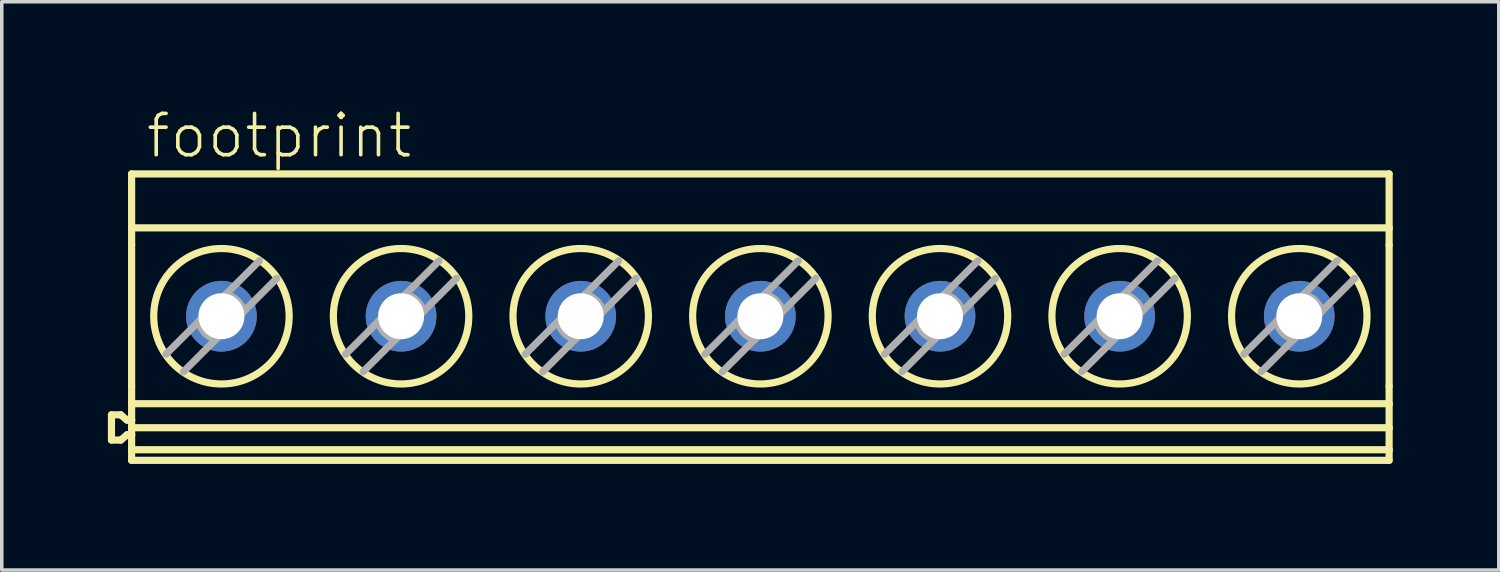
<source format=kicad_pcb>
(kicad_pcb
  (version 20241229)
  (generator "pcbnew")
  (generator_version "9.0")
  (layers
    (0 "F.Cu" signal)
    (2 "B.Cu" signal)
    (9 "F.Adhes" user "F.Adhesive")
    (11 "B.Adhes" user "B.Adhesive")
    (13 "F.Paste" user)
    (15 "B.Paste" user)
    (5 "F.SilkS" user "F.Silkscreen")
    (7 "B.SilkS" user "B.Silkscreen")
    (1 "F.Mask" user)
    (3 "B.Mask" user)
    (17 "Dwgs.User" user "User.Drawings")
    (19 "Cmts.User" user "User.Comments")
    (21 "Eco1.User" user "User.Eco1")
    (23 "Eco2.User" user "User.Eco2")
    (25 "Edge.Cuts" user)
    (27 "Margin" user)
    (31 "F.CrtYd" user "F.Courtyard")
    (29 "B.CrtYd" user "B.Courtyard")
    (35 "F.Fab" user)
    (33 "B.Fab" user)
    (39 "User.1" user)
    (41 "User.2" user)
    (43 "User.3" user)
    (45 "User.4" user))
  (footprint "footprint"
    (layer "F.Cu")
    (at 18.473 5.918)
    (property "Reference" "footprint" (at -17.451 -4.445 0) (layer "F.SilkS") (effects (font (size 1.168 1.168) (thickness 0.102)) (justify left bottom)))
    (fp_line (start -18.371 2.763) (end -18.371 3.477) (stroke (width 0.203) (type solid)) (layer "F.SilkS"))
    (fp_line (start -18.371 2.763) (end -18.108 2.763) (stroke (width 0.203) (type solid)) (layer "F.SilkS"))
    (fp_line (start -18.371 3.477) (end -18.108 3.477) (stroke (width 0.203) (type solid)) (layer "F.SilkS"))
    (fp_line (start -18.108 2.763) (end -17.93 2.913) (stroke (width 0.203) (type solid)) (layer "F.SilkS"))
    (fp_line (start -17.93 2.913) (end -17.801 2.913) (stroke (width 0.203) (type solid)) (layer "F.SilkS"))
    (fp_line (start -17.93 3.327) (end -18.108 3.477) (stroke (width 0.203) (type solid)) (layer "F.SilkS"))
    (fp_line (start -17.801 -4.05) (end 17.759 -4.05) (stroke (width 0.203) (type solid)) (layer "F.SilkS"))
    (fp_line (start -17.801 -2.524) (end -17.801 -4.05) (stroke (width 0.203) (type solid)) (layer "F.SilkS"))
    (fp_line (start -17.801 -2.524) (end -17.801 -2.041) (stroke (width 0.203) (type solid)) (layer "F.SilkS"))
    (fp_line (start -17.801 -2.524) (end 17.759 -2.524) (stroke (width 0.203) (type solid)) (layer "F.SilkS"))
    (fp_line (start -17.801 1.956) (end -17.801 -2.041) (stroke (width 0.203) (type solid)) (layer "F.SilkS"))
    (fp_line (start -17.801 1.956) (end -17.801 2.448) (stroke (width 0.203) (type solid)) (layer "F.SilkS"))
    (fp_line (start -17.801 2.913) (end -17.801 2.448) (stroke (width 0.203) (type solid)) (layer "F.SilkS"))
    (fp_line (start -17.801 3.128) (end -17.801 2.913) (stroke (width 0.203) (type solid)) (layer "F.SilkS"))
    (fp_line (start -17.801 3.128) (end 17.759 3.128) (stroke (width 0.203) (type solid)) (layer "F.SilkS"))
    (fp_line (start -17.801 3.327) (end -17.93 3.327) (stroke (width 0.203) (type solid)) (layer "F.SilkS"))
    (fp_line (start -17.801 3.327) (end -17.801 3.128) (stroke (width 0.203) (type solid)) (layer "F.SilkS"))
    (fp_line (start -17.801 3.75) (end -17.801 3.327) (stroke (width 0.203) (type solid)) (layer "F.SilkS"))
    (fp_line (start -17.801 3.75) (end -17.801 4.05) (stroke (width 0.203) (type solid)) (layer "F.SilkS"))
    (fp_line (start -17.801 4.05) (end 17.759 4.05) (stroke (width 0.203) (type solid)) (layer "F.SilkS"))
    (fp_line (start 17.759 -2.524) (end 17.759 -4.05) (stroke (width 0.203) (type solid)) (layer "F.SilkS"))
    (fp_line (start 17.759 -2.524) (end 17.759 -2.041) (stroke (width 0.203) (type solid)) (layer "F.SilkS"))
    (fp_line (start 17.759 1.956) (end 17.759 -2.041) (stroke (width 0.203) (type solid)) (layer "F.SilkS"))
    (fp_line (start 17.759 1.956) (end 17.759 2.448) (stroke (width 0.203) (type solid)) (layer "F.SilkS"))
    (fp_line (start 17.759 2.448) (end -17.801 2.448) (stroke (width 0.203) (type solid)) (layer "F.SilkS"))
    (fp_line (start 17.759 3.128) (end 17.759 2.448) (stroke (width 0.203) (type solid)) (layer "F.SilkS"))
    (fp_line (start 17.759 3.75) (end -17.801 3.75) (stroke (width 0.203) (type solid)) (layer "F.SilkS"))
    (fp_line (start 17.759 3.75) (end 17.759 3.128) (stroke (width 0.203) (type solid)) (layer "F.SilkS"))
    (fp_line (start 17.759 3.75) (end 17.759 4.05) (stroke (width 0.203) (type solid)) (layer "F.SilkS"))
    (fp_circle (center -15.261 -0.025) (end -13.346 -0.025) (stroke (width 0.203) (type solid)) (fill no) (layer "F.SilkS"))
    (fp_circle (center -10.181 -0.025) (end -8.266 -0.025) (stroke (width 0.203) (type solid)) (fill no) (layer "F.SilkS"))
    (fp_circle (center -5.101 -0.025) (end -3.186 -0.025) (stroke (width 0.203) (type solid)) (fill no) (layer "F.SilkS"))
    (fp_circle (center -0.021 -0.025) (end 1.894 -0.025) (stroke (width 0.203) (type solid)) (fill no) (layer "F.SilkS"))
    (fp_circle (center 5.059 -0.025) (end 6.974 -0.025) (stroke (width 0.203) (type solid)) (fill no) (layer "F.SilkS"))
    (fp_circle (center 10.139 -0.025) (end 12.054 -0.025) (stroke (width 0.203) (type solid)) (fill no) (layer "F.SilkS"))
    (fp_circle (center 15.219 -0.025) (end 17.134 -0.025) (stroke (width 0.203) (type solid)) (fill no) (layer "F.SilkS"))
    (fp_line (start -16.829 1.048) (end -15.9 0.119) (stroke (width 0.203) (type solid)) (layer "F.Fab"))
    (fp_line (start -15.9 0.119) (end -15.261 -0.52) (stroke (width 0.203) (type solid)) (layer "F.Fab"))
    (fp_line (start -15.421 0.63) (end -16.334 1.543) (stroke (width 0.203) (type solid)) (layer "F.Fab"))
    (fp_line (start -15.261 -0.52) (end -15.142 -0.639) (stroke (width 0.203) (type solid)) (layer "F.Fab"))
    (fp_line (start -15.261 0.47) (end -15.421 0.63) (stroke (width 0.203) (type solid)) (layer "F.Fab"))
    (fp_line (start -15.142 -0.639) (end -14.188 -1.593) (stroke (width 0.203) (type solid)) (layer "F.Fab"))
    (fp_line (start -14.631 -0.16) (end -15.261 0.47) (stroke (width 0.203) (type solid)) (layer "F.Fab"))
    (fp_line (start -13.693 -1.098) (end -14.631 -0.16) (stroke (width 0.203) (type solid)) (layer "F.Fab"))
    (fp_line (start -11.749 1.048) (end -10.82 0.119) (stroke (width 0.203) (type solid)) (layer "F.Fab"))
    (fp_line (start -10.82 0.119) (end -10.181 -0.52) (stroke (width 0.203) (type solid)) (layer "F.Fab"))
    (fp_line (start -10.341 0.63) (end -11.254 1.543) (stroke (width 0.203) (type solid)) (layer "F.Fab"))
    (fp_line (start -10.181 -0.52) (end -10.062 -0.639) (stroke (width 0.203) (type solid)) (layer "F.Fab"))
    (fp_line (start -10.181 0.47) (end -10.341 0.63) (stroke (width 0.203) (type solid)) (layer "F.Fab"))
    (fp_line (start -10.062 -0.639) (end -9.108 -1.593) (stroke (width 0.203) (type solid)) (layer "F.Fab"))
    (fp_line (start -9.551 -0.16) (end -10.181 0.47) (stroke (width 0.203) (type solid)) (layer "F.Fab"))
    (fp_line (start -8.613 -1.098) (end -9.551 -0.16) (stroke (width 0.203) (type solid)) (layer "F.Fab"))
    (fp_line (start -6.669 1.048) (end -5.74 0.119) (stroke (width 0.203) (type solid)) (layer "F.Fab"))
    (fp_line (start -5.74 0.119) (end -5.101 -0.52) (stroke (width 0.203) (type solid)) (layer "F.Fab"))
    (fp_line (start -5.261 0.63) (end -6.174 1.543) (stroke (width 0.203) (type solid)) (layer "F.Fab"))
    (fp_line (start -5.101 -0.52) (end -4.982 -0.639) (stroke (width 0.203) (type solid)) (layer "F.Fab"))
    (fp_line (start -5.101 0.47) (end -5.261 0.63) (stroke (width 0.203) (type solid)) (layer "F.Fab"))
    (fp_line (start -4.982 -0.639) (end -4.028 -1.593) (stroke (width 0.203) (type solid)) (layer "F.Fab"))
    (fp_line (start -4.471 -0.16) (end -5.101 0.47) (stroke (width 0.203) (type solid)) (layer "F.Fab"))
    (fp_line (start -3.533 -1.098) (end -4.471 -0.16) (stroke (width 0.203) (type solid)) (layer "F.Fab"))
    (fp_line (start -1.589 1.048) (end -0.66 0.119) (stroke (width 0.203) (type solid)) (layer "F.Fab"))
    (fp_line (start -0.66 0.119) (end -0.021 -0.52) (stroke (width 0.203) (type solid)) (layer "F.Fab"))
    (fp_line (start -0.181 0.63) (end -1.094 1.543) (stroke (width 0.203) (type solid)) (layer "F.Fab"))
    (fp_line (start -0.021 -0.52) (end 0.098 -0.639) (stroke (width 0.203) (type solid)) (layer "F.Fab"))
    (fp_line (start -0.021 0.47) (end -0.181 0.63) (stroke (width 0.203) (type solid)) (layer "F.Fab"))
    (fp_line (start 0.098 -0.639) (end 1.052 -1.593) (stroke (width 0.203) (type solid)) (layer "F.Fab"))
    (fp_line (start 0.609 -0.16) (end -0.021 0.47) (stroke (width 0.203) (type solid)) (layer "F.Fab"))
    (fp_line (start 1.547 -1.098) (end 0.609 -0.16) (stroke (width 0.203) (type solid)) (layer "F.Fab"))
    (fp_line (start 3.491 1.048) (end 4.42 0.119) (stroke (width 0.203) (type solid)) (layer "F.Fab"))
    (fp_line (start 4.42 0.119) (end 5.059 -0.52) (stroke (width 0.203) (type solid)) (layer "F.Fab"))
    (fp_line (start 4.899 0.63) (end 3.986 1.543) (stroke (width 0.203) (type solid)) (layer "F.Fab"))
    (fp_line (start 5.059 -0.52) (end 5.178 -0.639) (stroke (width 0.203) (type solid)) (layer "F.Fab"))
    (fp_line (start 5.059 0.47) (end 4.899 0.63) (stroke (width 0.203) (type solid)) (layer "F.Fab"))
    (fp_line (start 5.178 -0.639) (end 6.132 -1.593) (stroke (width 0.203) (type solid)) (layer "F.Fab"))
    (fp_line (start 5.689 -0.16) (end 5.059 0.47) (stroke (width 0.203) (type solid)) (layer "F.Fab"))
    (fp_line (start 6.627 -1.098) (end 5.689 -0.16) (stroke (width 0.203) (type solid)) (layer "F.Fab"))
    (fp_line (start 8.571 1.048) (end 9.5 0.119) (stroke (width 0.203) (type solid)) (layer "F.Fab"))
    (fp_line (start 9.5 0.119) (end 10.139 -0.52) (stroke (width 0.203) (type solid)) (layer "F.Fab"))
    (fp_line (start 9.979 0.63) (end 9.066 1.543) (stroke (width 0.203) (type solid)) (layer "F.Fab"))
    (fp_line (start 10.139 -0.52) (end 10.258 -0.639) (stroke (width 0.203) (type solid)) (layer "F.Fab"))
    (fp_line (start 10.139 0.47) (end 9.979 0.63) (stroke (width 0.203) (type solid)) (layer "F.Fab"))
    (fp_line (start 10.258 -0.639) (end 11.212 -1.593) (stroke (width 0.203) (type solid)) (layer "F.Fab"))
    (fp_line (start 10.769 -0.16) (end 10.139 0.47) (stroke (width 0.203) (type solid)) (layer "F.Fab"))
    (fp_line (start 11.707 -1.098) (end 10.769 -0.16) (stroke (width 0.203) (type solid)) (layer "F.Fab"))
    (fp_line (start 13.651 1.048) (end 14.58 0.119) (stroke (width 0.203) (type solid)) (layer "F.Fab"))
    (fp_line (start 14.58 0.119) (end 15.219 -0.52) (stroke (width 0.203) (type solid)) (layer "F.Fab"))
    (fp_line (start 15.059 0.63) (end 14.146 1.543) (stroke (width 0.203) (type solid)) (layer "F.Fab"))
    (fp_line (start 15.219 -0.52) (end 15.338 -0.639) (stroke (width 0.203) (type solid)) (layer "F.Fab"))
    (fp_line (start 15.219 0.47) (end 15.059 0.63) (stroke (width 0.203) (type solid)) (layer "F.Fab"))
    (fp_line (start 15.338 -0.639) (end 16.292 -1.593) (stroke (width 0.203) (type solid)) (layer "F.Fab"))
    (fp_line (start 15.849 -0.16) (end 15.219 0.47) (stroke (width 0.203) (type solid)) (layer "F.Fab"))
    (fp_line (start 16.787 -1.098) (end 15.849 -0.16) (stroke (width 0.203) (type solid)) (layer "F.Fab"))
    (fp_arc (start -15.421099 0.63) (mid -15.735315 0.444537) (end -15.9001 0.119) (stroke (width 0.2032) (type solid)) (layer "F.Fab"))
    (fp_arc (start -15.1421 -0.639) (mid -14.816563 -0.474216) (end -14.6311 -0.16) (stroke (width 0.2032) (type solid)) (layer "F.Fab"))
    (fp_arc (start -10.341099 0.63) (mid -10.655315 0.444537) (end -10.8201 0.119) (stroke (width 0.2032) (type solid)) (layer "F.Fab"))
    (fp_arc (start -10.0621 -0.639) (mid -9.736563 -0.474216) (end -9.5511 -0.16) (stroke (width 0.2032) (type solid)) (layer "F.Fab"))
    (fp_arc (start -5.261099 0.63) (mid -5.575315 0.444537) (end -5.7401 0.119) (stroke (width 0.2032) (type solid)) (layer "F.Fab"))
    (fp_arc (start -4.9821 -0.639) (mid -4.656563 -0.474216) (end -4.4711 -0.16) (stroke (width 0.2032) (type solid)) (layer "F.Fab"))
    (fp_arc (start -0.181099 0.63) (mid -0.495315 0.444537) (end -0.6601 0.119) (stroke (width 0.2032) (type solid)) (layer "F.Fab"))
    (fp_arc (start 0.0979 -0.639) (mid 0.423437 -0.474216) (end 0.6089 -0.16) (stroke (width 0.2032) (type solid)) (layer "F.Fab"))
    (fp_arc (start 4.8989 0.629999) (mid 4.584684 0.444536) (end 4.4199 0.119) (stroke (width 0.2032) (type solid)) (layer "F.Fab"))
    (fp_arc (start 5.1779 -0.639001) (mid 5.503437 -0.474216) (end 5.6889 -0.16) (stroke (width 0.2032) (type solid)) (layer "F.Fab"))
    (fp_arc (start 9.9789 0.629999) (mid 9.664684 0.444536) (end 9.4999 0.119) (stroke (width 0.2032) (type solid)) (layer "F.Fab"))
    (fp_arc (start 10.2579 -0.639001) (mid 10.583437 -0.474216) (end 10.7689 -0.16) (stroke (width 0.2032) (type solid)) (layer "F.Fab"))
    (fp_arc (start 15.0589 0.629999) (mid 14.744684 0.444536) (end 14.5799 0.119) (stroke (width 0.2032) (type solid)) (layer "F.Fab"))
    (fp_arc (start 15.3379 -0.639001) (mid 15.663437 -0.474216) (end 15.8489 -0.16) (stroke (width 0.2032) (type solid)) (layer "F.Fab"))
    (pad "1" thru_hole circle (at -15.261 -0.025) (size 2 2) (drill 1.3) (layers "*.Cu" "*.Mask"))
    (pad "2" thru_hole circle (at -10.181 -0.025) (size 2 2) (drill 1.3) (layers "*.Cu" "*.Mask"))
    (pad "3" thru_hole circle (at -5.101 -0.025) (size 2 2) (drill 1.3) (layers "*.Cu" "*.Mask"))
    (pad "4" thru_hole circle (at -0.021 -0.025) (size 2 2) (drill 1.3) (layers "*.Cu" "*.Mask"))
    (pad "5" thru_hole circle (at 5.059 -0.025) (size 2 2) (drill 1.3) (layers "*.Cu" "*.Mask"))
    (pad "6" thru_hole circle (at 10.139 -0.025) (size 2 2) (drill 1.3) (layers "*.Cu" "*.Mask"))
    (pad "7" thru_hole circle (at 15.219 -0.025) (size 2 2) (drill 1.3) (layers "*.Cu" "*.Mask")))
  (gr_rect
    (start -3 -3)
    (end 39.333 13.07)
    (stroke (width 0.1) (type default))
    (fill no)
    (layer "Edge.Cuts")))
</source>
